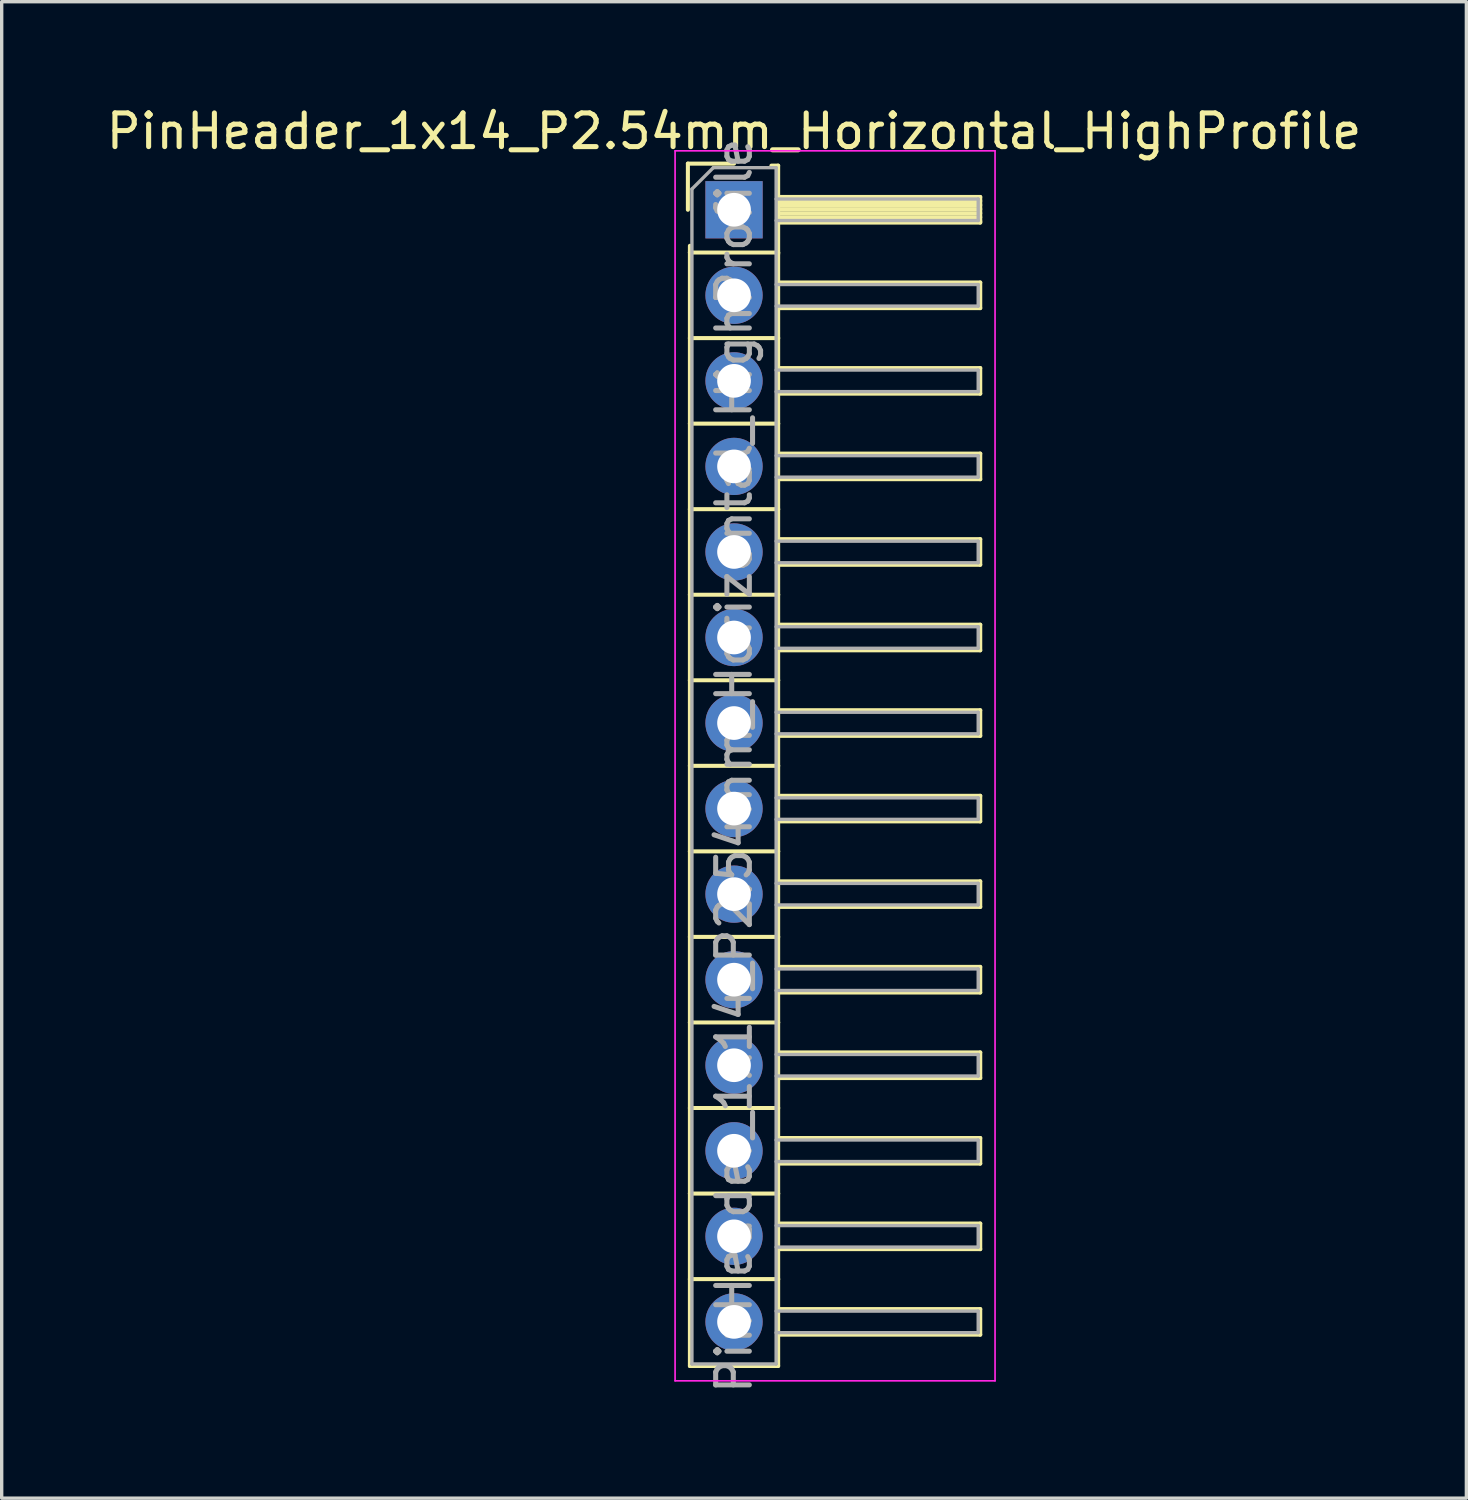
<source format=kicad_pcb>
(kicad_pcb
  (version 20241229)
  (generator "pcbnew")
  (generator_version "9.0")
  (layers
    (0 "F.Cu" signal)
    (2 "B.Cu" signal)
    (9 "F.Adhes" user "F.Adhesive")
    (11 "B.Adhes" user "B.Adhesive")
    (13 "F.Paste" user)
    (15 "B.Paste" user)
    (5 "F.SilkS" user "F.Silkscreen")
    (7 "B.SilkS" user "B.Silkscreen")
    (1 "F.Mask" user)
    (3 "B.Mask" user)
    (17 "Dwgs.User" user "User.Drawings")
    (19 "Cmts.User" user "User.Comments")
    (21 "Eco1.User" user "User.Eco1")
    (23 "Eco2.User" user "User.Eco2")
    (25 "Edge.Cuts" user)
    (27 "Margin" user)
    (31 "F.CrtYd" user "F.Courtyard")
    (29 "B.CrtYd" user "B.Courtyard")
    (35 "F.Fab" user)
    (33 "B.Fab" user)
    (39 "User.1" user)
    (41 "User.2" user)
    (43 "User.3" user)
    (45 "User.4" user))
  (footprint "PinHeader_1x14_P2.54mm_Horizontal_HighProfile"
    (layer "F.Cu")
    (at 18.744 3.178)
    (property "Reference" "PinHeader_1x14_P2.54mm_Horizontal_HighProfile" (at 0 -2.33 0) (layer "F.SilkS") (effects (font (size 1 1) (thickness 0.15))))
    (attr through_hole)
    (fp_line (start -1.37 -1.37) (end -1.37 0) (stroke (width 0.12) (type solid)) (layer "F.SilkS"))
    (fp_line (start -1.37 -1.37) (end 0 -1.37) (stroke (width 0.12) (type solid)) (layer "F.SilkS"))
    (fp_line (start -1.31 1.27) (end -1.31 1.07) (stroke (width 0.12) (type solid)) (layer "F.SilkS"))
    (fp_line (start -1.31 1.27) (end -1.31 3.81) (stroke (width 0.12) (type solid)) (layer "F.SilkS"))
    (fp_line (start -1.31 1.27) (end 1.31 1.27) (stroke (width 0.12) (type solid)) (layer "F.SilkS"))
    (fp_line (start -1.31 3.81) (end -1.31 6.35) (stroke (width 0.12) (type solid)) (layer "F.SilkS"))
    (fp_line (start -1.31 3.81) (end 1.31 3.81) (stroke (width 0.12) (type solid)) (layer "F.SilkS"))
    (fp_line (start -1.31 6.35) (end -1.31 8.89) (stroke (width 0.12) (type solid)) (layer "F.SilkS"))
    (fp_line (start -1.31 6.35) (end 1.31 6.35) (stroke (width 0.12) (type solid)) (layer "F.SilkS"))
    (fp_line (start -1.31 8.89) (end -1.31 11.43) (stroke (width 0.12) (type solid)) (layer "F.SilkS"))
    (fp_line (start -1.31 8.89) (end 1.31 8.89) (stroke (width 0.12) (type solid)) (layer "F.SilkS"))
    (fp_line (start -1.31 11.43) (end -1.31 13.97) (stroke (width 0.12) (type solid)) (layer "F.SilkS"))
    (fp_line (start -1.31 11.43) (end 1.31 11.43) (stroke (width 0.12) (type solid)) (layer "F.SilkS"))
    (fp_line (start -1.31 13.97) (end -1.31 16.51) (stroke (width 0.12) (type solid)) (layer "F.SilkS"))
    (fp_line (start -1.31 13.97) (end 1.31 13.97) (stroke (width 0.12) (type solid)) (layer "F.SilkS"))
    (fp_line (start -1.31 16.51) (end -1.31 19.05) (stroke (width 0.12) (type solid)) (layer "F.SilkS"))
    (fp_line (start -1.31 16.51) (end 1.31 16.51) (stroke (width 0.12) (type solid)) (layer "F.SilkS"))
    (fp_line (start -1.31 19.05) (end -1.31 21.59) (stroke (width 0.12) (type solid)) (layer "F.SilkS"))
    (fp_line (start -1.31 19.05) (end 1.31 19.05) (stroke (width 0.12) (type solid)) (layer "F.SilkS"))
    (fp_line (start -1.31 21.59) (end -1.31 24.13) (stroke (width 0.12) (type solid)) (layer "F.SilkS"))
    (fp_line (start -1.31 21.59) (end 1.31 21.59) (stroke (width 0.12) (type solid)) (layer "F.SilkS"))
    (fp_line (start -1.31 24.13) (end -1.31 26.67) (stroke (width 0.12) (type solid)) (layer "F.SilkS"))
    (fp_line (start -1.31 24.13) (end 1.31 24.13) (stroke (width 0.12) (type solid)) (layer "F.SilkS"))
    (fp_line (start -1.31 26.67) (end -1.31 29.21) (stroke (width 0.12) (type solid)) (layer "F.SilkS"))
    (fp_line (start -1.31 26.67) (end 1.31 26.67) (stroke (width 0.12) (type solid)) (layer "F.SilkS"))
    (fp_line (start -1.31 29.21) (end -1.31 31.75) (stroke (width 0.12) (type solid)) (layer "F.SilkS"))
    (fp_line (start -1.31 29.21) (end 1.31 29.21) (stroke (width 0.12) (type solid)) (layer "F.SilkS"))
    (fp_line (start -1.31 31.75) (end -1.31 34.33) (stroke (width 0.12) (type solid)) (layer "F.SilkS"))
    (fp_line (start -1.31 31.75) (end 1.31 31.75) (stroke (width 0.12) (type solid)) (layer "F.SilkS"))
    (fp_line (start -1.31 34.33) (end 1.31 34.33) (stroke (width 0.12) (type solid)) (layer "F.SilkS"))
    (fp_line (start 1.11 -1.31) (end 1.31 -1.31) (stroke (width 0.12) (type solid)) (layer "F.SilkS"))
    (fp_line (start 1.31 -1.31) (end 1.31 1.31) (stroke (width 0.12) (type solid)) (layer "F.SilkS"))
    (fp_line (start 1.31 -0.38) (end 7.31 -0.38) (stroke (width 0.12) (type solid)) (layer "F.SilkS"))
    (fp_line (start 1.31 -0.26) (end 7.31 -0.26) (stroke (width 0.12) (type solid)) (layer "F.SilkS"))
    (fp_line (start 1.31 -0.14) (end 7.31 -0.14) (stroke (width 0.12) (type solid)) (layer "F.SilkS"))
    (fp_line (start 1.31 -0.02) (end 7.31 -0.02) (stroke (width 0.12) (type solid)) (layer "F.SilkS"))
    (fp_line (start 1.31 0.1) (end 7.31 0.1) (stroke (width 0.12) (type solid)) (layer "F.SilkS"))
    (fp_line (start 1.31 0.22) (end 7.31 0.22) (stroke (width 0.12) (type solid)) (layer "F.SilkS"))
    (fp_line (start 1.31 0.34) (end 7.31 0.34) (stroke (width 0.12) (type solid)) (layer "F.SilkS"))
    (fp_line (start 1.31 0.38) (end 7.31 0.38) (stroke (width 0.12) (type solid)) (layer "F.SilkS"))
    (fp_line (start 1.31 1.27) (end 1.31 3.81) (stroke (width 0.12) (type solid)) (layer "F.SilkS"))
    (fp_line (start 1.31 2.16) (end 7.31 2.16) (stroke (width 0.12) (type solid)) (layer "F.SilkS"))
    (fp_line (start 1.31 2.92) (end 7.31 2.92) (stroke (width 0.12) (type solid)) (layer "F.SilkS"))
    (fp_line (start 1.31 3.81) (end 1.31 6.35) (stroke (width 0.12) (type solid)) (layer "F.SilkS"))
    (fp_line (start 1.31 4.7) (end 7.31 4.7) (stroke (width 0.12) (type solid)) (layer "F.SilkS"))
    (fp_line (start 1.31 5.46) (end 7.31 5.46) (stroke (width 0.12) (type solid)) (layer "F.SilkS"))
    (fp_line (start 1.31 6.35) (end 1.31 8.89) (stroke (width 0.12) (type solid)) (layer "F.SilkS"))
    (fp_line (start 1.31 7.24) (end 7.31 7.24) (stroke (width 0.12) (type solid)) (layer "F.SilkS"))
    (fp_line (start 1.31 8) (end 7.31 8) (stroke (width 0.12) (type solid)) (layer "F.SilkS"))
    (fp_line (start 1.31 8.89) (end 1.31 11.43) (stroke (width 0.12) (type solid)) (layer "F.SilkS"))
    (fp_line (start 1.31 9.78) (end 7.31 9.78) (stroke (width 0.12) (type solid)) (layer "F.SilkS"))
    (fp_line (start 1.31 10.54) (end 7.31 10.54) (stroke (width 0.12) (type solid)) (layer "F.SilkS"))
    (fp_line (start 1.31 11.43) (end 1.31 13.97) (stroke (width 0.12) (type solid)) (layer "F.SilkS"))
    (fp_line (start 1.31 12.32) (end 7.31 12.32) (stroke (width 0.12) (type solid)) (layer "F.SilkS"))
    (fp_line (start 1.31 13.08) (end 7.31 13.08) (stroke (width 0.12) (type solid)) (layer "F.SilkS"))
    (fp_line (start 1.31 13.97) (end 1.31 16.51) (stroke (width 0.12) (type solid)) (layer "F.SilkS"))
    (fp_line (start 1.31 14.86) (end 7.31 14.86) (stroke (width 0.12) (type solid)) (layer "F.SilkS"))
    (fp_line (start 1.31 15.62) (end 7.31 15.62) (stroke (width 0.12) (type solid)) (layer "F.SilkS"))
    (fp_line (start 1.31 16.51) (end 1.31 19.05) (stroke (width 0.12) (type solid)) (layer "F.SilkS"))
    (fp_line (start 1.31 17.4) (end 7.31 17.4) (stroke (width 0.12) (type solid)) (layer "F.SilkS"))
    (fp_line (start 1.31 18.16) (end 7.31 18.16) (stroke (width 0.12) (type solid)) (layer "F.SilkS"))
    (fp_line (start 1.31 19.05) (end 1.31 21.59) (stroke (width 0.12) (type solid)) (layer "F.SilkS"))
    (fp_line (start 1.31 19.94) (end 7.31 19.94) (stroke (width 0.12) (type solid)) (layer "F.SilkS"))
    (fp_line (start 1.31 20.7) (end 7.31 20.7) (stroke (width 0.12) (type solid)) (layer "F.SilkS"))
    (fp_line (start 1.31 21.59) (end 1.31 24.13) (stroke (width 0.12) (type solid)) (layer "F.SilkS"))
    (fp_line (start 1.31 22.48) (end 7.31 22.48) (stroke (width 0.12) (type solid)) (layer "F.SilkS"))
    (fp_line (start 1.31 23.24) (end 7.31 23.24) (stroke (width 0.12) (type solid)) (layer "F.SilkS"))
    (fp_line (start 1.31 24.13) (end 1.31 26.67) (stroke (width 0.12) (type solid)) (layer "F.SilkS"))
    (fp_line (start 1.31 25.02) (end 7.31 25.02) (stroke (width 0.12) (type solid)) (layer "F.SilkS"))
    (fp_line (start 1.31 25.78) (end 7.31 25.78) (stroke (width 0.12) (type solid)) (layer "F.SilkS"))
    (fp_line (start 1.31 26.67) (end 1.31 29.21) (stroke (width 0.12) (type solid)) (layer "F.SilkS"))
    (fp_line (start 1.31 27.56) (end 7.31 27.56) (stroke (width 0.12) (type solid)) (layer "F.SilkS"))
    (fp_line (start 1.31 28.32) (end 7.31 28.32) (stroke (width 0.12) (type solid)) (layer "F.SilkS"))
    (fp_line (start 1.31 29.21) (end 1.31 31.75) (stroke (width 0.12) (type solid)) (layer "F.SilkS"))
    (fp_line (start 1.31 30.1) (end 7.31 30.1) (stroke (width 0.12) (type solid)) (layer "F.SilkS"))
    (fp_line (start 1.31 30.86) (end 7.31 30.86) (stroke (width 0.12) (type solid)) (layer "F.SilkS"))
    (fp_line (start 1.31 31.75) (end 1.31 34.33) (stroke (width 0.12) (type solid)) (layer "F.SilkS"))
    (fp_line (start 1.31 32.64) (end 7.31 32.64) (stroke (width 0.12) (type solid)) (layer "F.SilkS"))
    (fp_line (start 1.31 33.4) (end 7.31 33.4) (stroke (width 0.12) (type solid)) (layer "F.SilkS"))
    (fp_line (start 7.31 -0.38) (end 7.31 0.38) (stroke (width 0.12) (type solid)) (layer "F.SilkS"))
    (fp_line (start 7.31 2.16) (end 7.31 2.92) (stroke (width 0.12) (type solid)) (layer "F.SilkS"))
    (fp_line (start 7.31 4.7) (end 7.31 5.46) (stroke (width 0.12) (type solid)) (layer "F.SilkS"))
    (fp_line (start 7.31 7.24) (end 7.31 8) (stroke (width 0.12) (type solid)) (layer "F.SilkS"))
    (fp_line (start 7.31 9.78) (end 7.31 10.54) (stroke (width 0.12) (type solid)) (layer "F.SilkS"))
    (fp_line (start 7.31 12.32) (end 7.31 13.08) (stroke (width 0.12) (type solid)) (layer "F.SilkS"))
    (fp_line (start 7.31 14.86) (end 7.31 15.62) (stroke (width 0.12) (type solid)) (layer "F.SilkS"))
    (fp_line (start 7.31 17.4) (end 7.31 18.16) (stroke (width 0.12) (type solid)) (layer "F.SilkS"))
    (fp_line (start 7.31 19.94) (end 7.31 20.7) (stroke (width 0.12) (type solid)) (layer "F.SilkS"))
    (fp_line (start 7.31 22.48) (end 7.31 23.24) (stroke (width 0.12) (type solid)) (layer "F.SilkS"))
    (fp_line (start 7.31 25.02) (end 7.31 25.78) (stroke (width 0.12) (type solid)) (layer "F.SilkS"))
    (fp_line (start 7.31 27.56) (end 7.31 28.32) (stroke (width 0.12) (type solid)) (layer "F.SilkS"))
    (fp_line (start 7.31 30.1) (end 7.31 30.86) (stroke (width 0.12) (type solid)) (layer "F.SilkS"))
    (fp_line (start 7.31 32.64) (end 7.31 33.4) (stroke (width 0.12) (type solid)) (layer "F.SilkS"))
    (fp_line (start -1.75 -1.75) (end -1.75 34.77) (stroke (width 0.05) (type solid)) (layer "F.CrtYd"))
    (fp_line (start -1.75 -1.75) (end 7.75 -1.75) (stroke (width 0.05) (type solid)) (layer "F.CrtYd"))
    (fp_line (start -1.75 34.77) (end 7.75 34.77) (stroke (width 0.05) (type solid)) (layer "F.CrtYd"))
    (fp_line (start 7.75 -1.75) (end 7.75 34.77) (stroke (width 0.05) (type solid)) (layer "F.CrtYd"))
    (fp_line (start -1.25 -0.615) (end -1.25 34.27) (stroke (width 0.1) (type solid)) (layer "F.Fab"))
    (fp_line (start -1.25 -0.615) (end -0.615 -1.25) (stroke (width 0.1) (type solid)) (layer "F.Fab"))
    (fp_line (start -1.25 34.27) (end 1.25 34.27) (stroke (width 0.1) (type solid)) (layer "F.Fab"))
    (fp_line (start -0.615 -1.25) (end 1.25 -1.25) (stroke (width 0.1) (type solid)) (layer "F.Fab"))
    (fp_line (start 1.25 -1.25) (end 1.25 34.27) (stroke (width 0.1) (type solid)) (layer "F.Fab"))
    (fp_line (start 1.25 -0.32) (end 7.25 -0.32) (stroke (width 0.1) (type solid)) (layer "F.Fab"))
    (fp_line (start 1.25 0.32) (end 7.25 0.32) (stroke (width 0.1) (type solid)) (layer "F.Fab"))
    (fp_line (start 1.25 2.22) (end 7.25 2.22) (stroke (width 0.1) (type solid)) (layer "F.Fab"))
    (fp_line (start 1.25 2.86) (end 7.25 2.86) (stroke (width 0.1) (type solid)) (layer "F.Fab"))
    (fp_line (start 1.25 4.76) (end 7.25 4.76) (stroke (width 0.1) (type solid)) (layer "F.Fab"))
    (fp_line (start 1.25 5.4) (end 7.25 5.4) (stroke (width 0.1) (type solid)) (layer "F.Fab"))
    (fp_line (start 1.25 7.3) (end 7.25 7.3) (stroke (width 0.1) (type solid)) (layer "F.Fab"))
    (fp_line (start 1.25 7.94) (end 7.25 7.94) (stroke (width 0.1) (type solid)) (layer "F.Fab"))
    (fp_line (start 1.25 9.84) (end 7.25 9.84) (stroke (width 0.1) (type solid)) (layer "F.Fab"))
    (fp_line (start 1.25 10.48) (end 7.25 10.48) (stroke (width 0.1) (type solid)) (layer "F.Fab"))
    (fp_line (start 1.25 12.38) (end 7.25 12.38) (stroke (width 0.1) (type solid)) (layer "F.Fab"))
    (fp_line (start 1.25 13.02) (end 7.25 13.02) (stroke (width 0.1) (type solid)) (layer "F.Fab"))
    (fp_line (start 1.25 14.92) (end 7.25 14.92) (stroke (width 0.1) (type solid)) (layer "F.Fab"))
    (fp_line (start 1.25 15.56) (end 7.25 15.56) (stroke (width 0.1) (type solid)) (layer "F.Fab"))
    (fp_line (start 1.25 17.46) (end 7.25 17.46) (stroke (width 0.1) (type solid)) (layer "F.Fab"))
    (fp_line (start 1.25 18.1) (end 7.25 18.1) (stroke (width 0.1) (type solid)) (layer "F.Fab"))
    (fp_line (start 1.25 20) (end 7.25 20) (stroke (width 0.1) (type solid)) (layer "F.Fab"))
    (fp_line (start 1.25 20.64) (end 7.25 20.64) (stroke (width 0.1) (type solid)) (layer "F.Fab"))
    (fp_line (start 1.25 22.54) (end 7.25 22.54) (stroke (width 0.1) (type solid)) (layer "F.Fab"))
    (fp_line (start 1.25 23.18) (end 7.25 23.18) (stroke (width 0.1) (type solid)) (layer "F.Fab"))
    (fp_line (start 1.25 25.08) (end 7.25 25.08) (stroke (width 0.1) (type solid)) (layer "F.Fab"))
    (fp_line (start 1.25 25.72) (end 7.25 25.72) (stroke (width 0.1) (type solid)) (layer "F.Fab"))
    (fp_line (start 1.25 27.62) (end 7.25 27.62) (stroke (width 0.1) (type solid)) (layer "F.Fab"))
    (fp_line (start 1.25 28.26) (end 7.25 28.26) (stroke (width 0.1) (type solid)) (layer "F.Fab"))
    (fp_line (start 1.25 30.16) (end 7.25 30.16) (stroke (width 0.1) (type solid)) (layer "F.Fab"))
    (fp_line (start 1.25 30.8) (end 7.25 30.8) (stroke (width 0.1) (type solid)) (layer "F.Fab"))
    (fp_line (start 1.25 32.7) (end 7.25 32.7) (stroke (width 0.1) (type solid)) (layer "F.Fab"))
    (fp_line (start 1.25 33.34) (end 7.25 33.34) (stroke (width 0.1) (type solid)) (layer "F.Fab"))
    (fp_line (start 7.25 -0.32) (end 7.25 0.32) (stroke (width 0.1) (type solid)) (layer "F.Fab"))
    (fp_line (start 7.25 2.22) (end 7.25 2.86) (stroke (width 0.1) (type solid)) (layer "F.Fab"))
    (fp_line (start 7.25 4.76) (end 7.25 5.4) (stroke (width 0.1) (type solid)) (layer "F.Fab"))
    (fp_line (start 7.25 7.3) (end 7.25 7.94) (stroke (width 0.1) (type solid)) (layer "F.Fab"))
    (fp_line (start 7.25 9.84) (end 7.25 10.48) (stroke (width 0.1) (type solid)) (layer "F.Fab"))
    (fp_line (start 7.25 12.38) (end 7.25 13.02) (stroke (width 0.1) (type solid)) (layer "F.Fab"))
    (fp_line (start 7.25 14.92) (end 7.25 15.56) (stroke (width 0.1) (type solid)) (layer "F.Fab"))
    (fp_line (start 7.25 17.46) (end 7.25 18.1) (stroke (width 0.1) (type solid)) (layer "F.Fab"))
    (fp_line (start 7.25 20) (end 7.25 20.64) (stroke (width 0.1) (type solid)) (layer "F.Fab"))
    (fp_line (start 7.25 22.54) (end 7.25 23.18) (stroke (width 0.1) (type solid)) (layer "F.Fab"))
    (fp_line (start 7.25 25.08) (end 7.25 25.72) (stroke (width 0.1) (type solid)) (layer "F.Fab"))
    (fp_line (start 7.25 27.62) (end 7.25 28.26) (stroke (width 0.1) (type solid)) (layer "F.Fab"))
    (fp_line (start 7.25 30.16) (end 7.25 30.8) (stroke (width 0.1) (type solid)) (layer "F.Fab"))
    (fp_line (start 7.25 32.7) (end 7.25 33.34) (stroke (width 0.1) (type solid)) (layer "F.Fab"))
    (fp_text user "${REFERENCE}" (at 0 16.51 90) (layer "F.Fab") (effects (font (size 1 1) (thickness 0.15))))
    (pad "1" thru_hole rect (at 0 0) (size 1.7 1.7) (drill 1) (layers "*.Cu" "*.Mask"))
    (pad "2" thru_hole oval (at 0 2.54) (size 1.7 1.7) (drill 1) (layers "*.Cu" "*.Mask"))
    (pad "3" thru_hole oval (at 0 5.08) (size 1.7 1.7) (drill 1) (layers "*.Cu" "*.Mask"))
    (pad "4" thru_hole oval (at 0 7.62) (size 1.7 1.7) (drill 1) (layers "*.Cu" "*.Mask"))
    (pad "5" thru_hole oval (at 0 10.16) (size 1.7 1.7) (drill 1) (layers "*.Cu" "*.Mask"))
    (pad "6" thru_hole oval (at 0 12.7) (size 1.7 1.7) (drill 1) (layers "*.Cu" "*.Mask"))
    (pad "7" thru_hole oval (at 0 15.24) (size 1.7 1.7) (drill 1) (layers "*.Cu" "*.Mask"))
    (pad "8" thru_hole oval (at 0 17.78) (size 1.7 1.7) (drill 1) (layers "*.Cu" "*.Mask"))
    (pad "9" thru_hole oval (at 0 20.32) (size 1.7 1.7) (drill 1) (layers "*.Cu" "*.Mask"))
    (pad "10" thru_hole oval (at 0 22.86) (size 1.7 1.7) (drill 1) (layers "*.Cu" "*.Mask"))
    (pad "11" thru_hole oval (at 0 25.4) (size 1.7 1.7) (drill 1) (layers "*.Cu" "*.Mask"))
    (pad "12" thru_hole oval (at 0 27.94) (size 1.7 1.7) (drill 1) (layers "*.Cu" "*.Mask"))
    (pad "13" thru_hole oval (at 0 30.48) (size 1.7 1.7) (drill 1) (layers "*.Cu" "*.Mask"))
    (pad "14" thru_hole oval (at 0 33.02) (size 1.7 1.7) (drill 1) (layers "*.Cu" "*.Mask")))
  (gr_rect
    (start -3 -3)
    (end 40.488 41.432)
    (stroke (width 0.1) (type default))
    (fill no)
    (layer "Edge.Cuts")))
</source>
